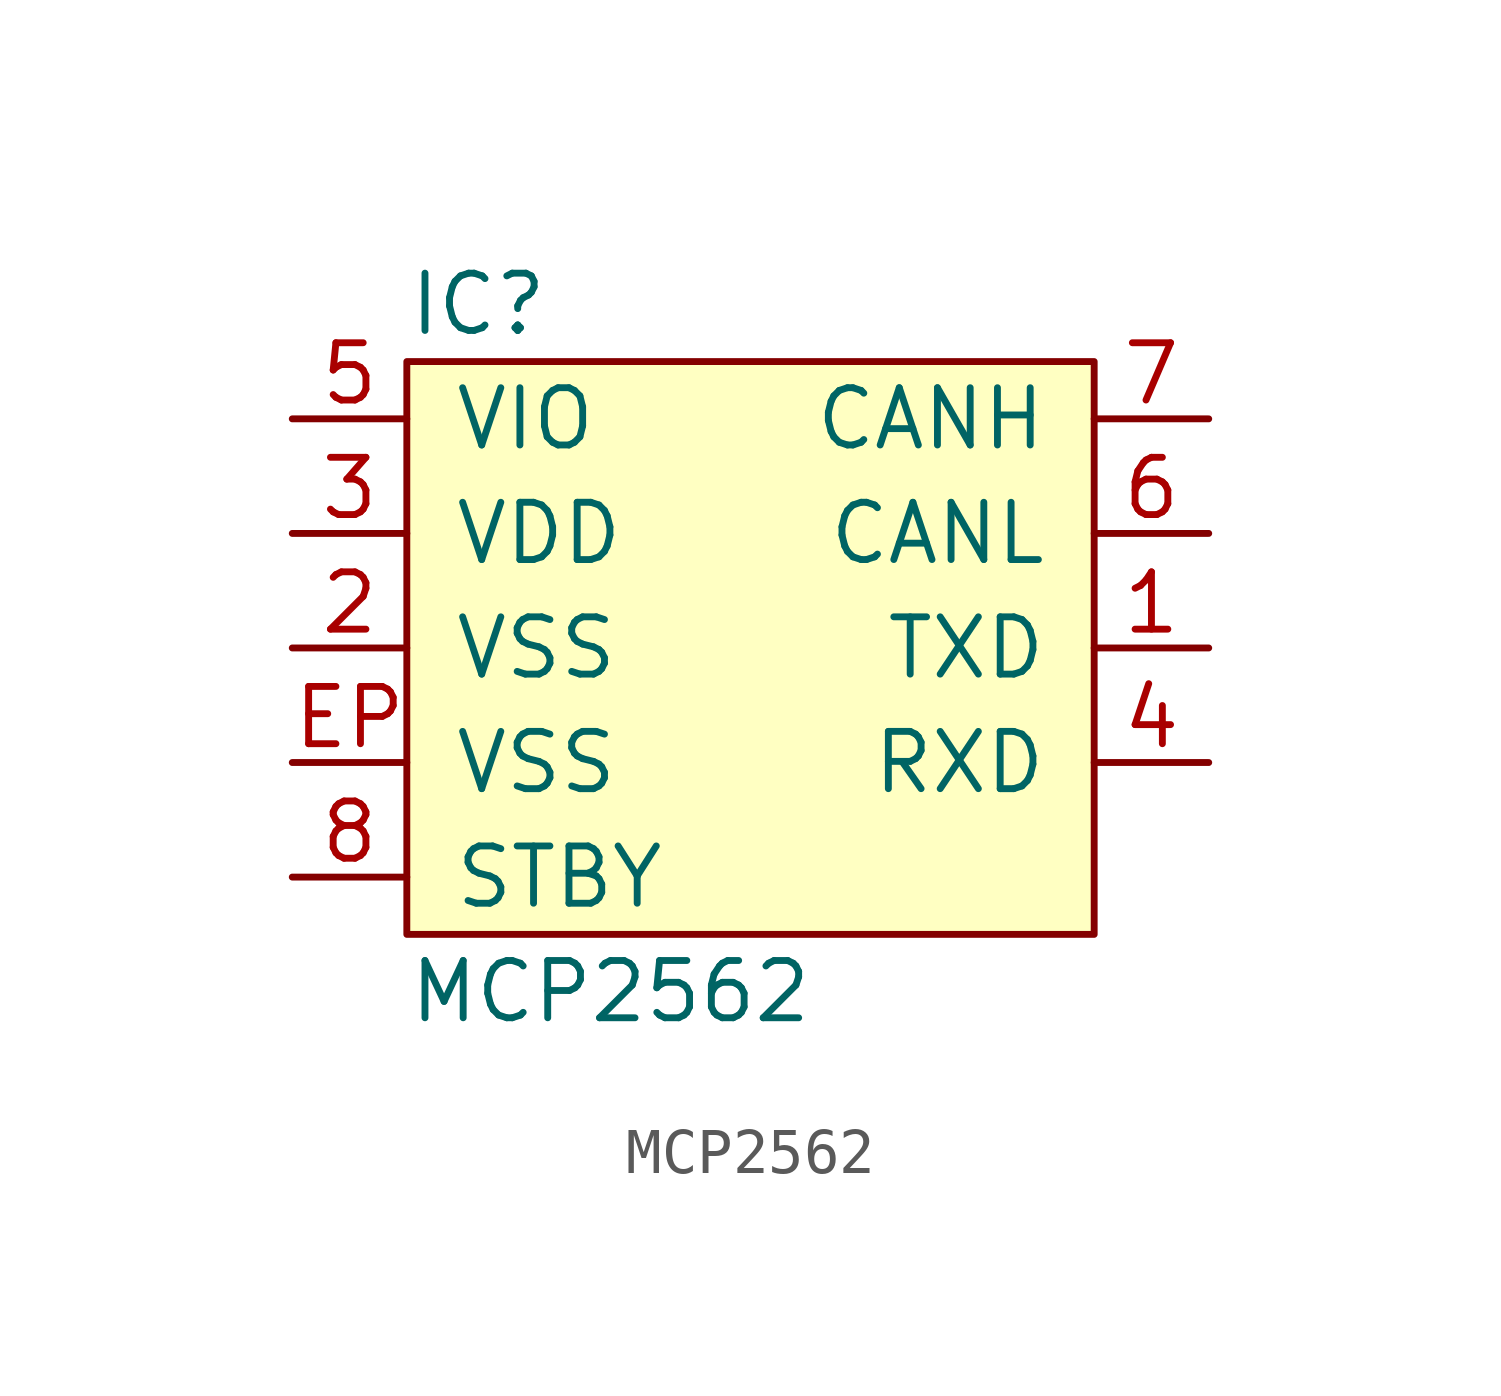
<source format=kicad_sym>
(kicad_symbol_lib
  (version 20211014)
  (generator agg_kicad.build_lib_ic)
  (symbol "MCP2562"
    (pin_names
      (offset 1.016))
    (property Reference IC
      (at -7.62 7.62 0)
      (effects (font (size 1.27 1.27)) (justify left)))
    (property Value "MCP2562"
      (at -7.62 -7.62 0)
      (effects (font (size 1.27 1.27)) (justify left)))
    (symbol "MCP2562_0_0"
      (rectangle (start -7.62 6.35) (end 7.62 -6.35) (stroke (width 0) (type default) (color 0 0 0 0)) (fill (type background)))
      (pin power_in line (at -10.16 5.08 0) (length 2.54) (name VIO (effects (font (size 1.27 1.27)))) (number "5" (effects (font (size 1.27 1.27)))))
      (pin power_in line (at -10.16 2.54 0) (length 2.54) (name VDD (effects (font (size 1.27 1.27)))) (number "3" (effects (font (size 1.27 1.27)))))
      (pin power_in line (at -10.16 0 0) (length 2.54) (name VSS (effects (font (size 1.27 1.27)))) (number "2" (effects (font (size 1.27 1.27)))))
      (pin power_in line (at -10.16 -2.54 0) (length 2.54) (name VSS (effects (font (size 1.27 1.27)))) (number EP (effects (font (size 1.27 1.27)))))
      (pin input line (at -10.16 -5.08 0) (length 2.54) (name STBY (effects (font (size 1.27 1.27)))) (number "8" (effects (font (size 1.27 1.27)))))
      (pin tri_state line (at 10.16 5.08 180) (length 2.54) (name CANH (effects (font (size 1.27 1.27)))) (number "7" (effects (font (size 1.27 1.27)))))
      (pin tri_state line (at 10.16 2.54 180) (length 2.54) (name CANL (effects (font (size 1.27 1.27)))) (number "6" (effects (font (size 1.27 1.27)))))
      (pin input line (at 10.16 0 180) (length 2.54) (name TXD (effects (font (size 1.27 1.27)))) (number "1" (effects (font (size 1.27 1.27)))))
      (pin output line (at 10.16 -2.54 180) (length 2.54) (name RXD (effects (font (size 1.27 1.27)))) (number "4" (effects (font (size 1.27 1.27))))))))
</source>
